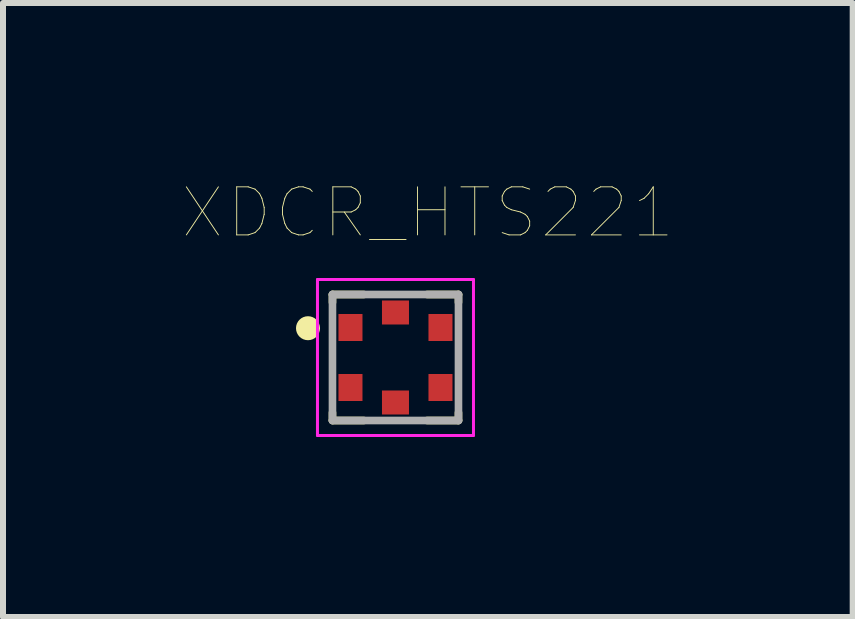
<source format=kicad_pcb>
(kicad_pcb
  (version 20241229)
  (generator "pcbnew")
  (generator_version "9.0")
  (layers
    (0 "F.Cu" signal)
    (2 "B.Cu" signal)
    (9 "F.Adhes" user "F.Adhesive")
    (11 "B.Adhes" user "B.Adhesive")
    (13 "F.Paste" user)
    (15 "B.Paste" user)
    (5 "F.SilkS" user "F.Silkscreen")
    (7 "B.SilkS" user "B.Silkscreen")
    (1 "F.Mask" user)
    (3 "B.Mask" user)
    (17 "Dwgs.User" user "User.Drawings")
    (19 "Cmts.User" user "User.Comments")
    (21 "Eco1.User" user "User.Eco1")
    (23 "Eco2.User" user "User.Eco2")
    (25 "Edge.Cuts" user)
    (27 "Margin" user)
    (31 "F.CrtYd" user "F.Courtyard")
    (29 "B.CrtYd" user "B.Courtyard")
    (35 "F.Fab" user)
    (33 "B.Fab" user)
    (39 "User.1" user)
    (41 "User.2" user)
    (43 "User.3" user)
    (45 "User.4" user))
  (footprint "XDCR_HTS221"
    (layer "F.Cu")
    (at 3.541 2.908)
    (property "Reference" "XDCR_HTS221" (at 0.539 -2.413 0) (layer "F.SilkS") (effects (font (size 0.801 0.801) (thickness 0.015))))
    (attr through_hole)
    (fp_line (start -1.05 -1.05) (end -0.525 -1.05) (stroke (width 0.127) (type solid)) (layer "F.SilkS"))
    (fp_line (start -1.05 -0.919) (end -1.05 -1.05) (stroke (width 0.127) (type solid)) (layer "F.SilkS"))
    (fp_line (start -1.05 0.919) (end -1.05 1.05) (stroke (width 0.127) (type solid)) (layer "F.SilkS"))
    (fp_line (start -1.05 1.05) (end -0.525 1.05) (stroke (width 0.127) (type solid)) (layer "F.SilkS"))
    (fp_line (start 0.525 -1.05) (end 1.05 -1.05) (stroke (width 0.127) (type solid)) (layer "F.SilkS"))
    (fp_line (start 0.525 1.05) (end 1.05 1.05) (stroke (width 0.127) (type solid)) (layer "F.SilkS"))
    (fp_line (start 1.05 -1.05) (end 1.05 -0.919) (stroke (width 0.127) (type solid)) (layer "F.SilkS"))
    (fp_line (start 1.05 1.05) (end 1.05 0.919) (stroke (width 0.127) (type solid)) (layer "F.SilkS"))
    (fp_circle (center -1.458 -0.488) (end -1.358 -0.488) (stroke (width 0.2) (type solid)) (fill no) (layer "F.SilkS"))
    (fp_line (start -1.3 -1.3) (end 1.3 -1.3) (stroke (width 0.05) (type solid)) (layer "F.CrtYd"))
    (fp_line (start -1.3 1.3) (end -1.3 -1.3) (stroke (width 0.05) (type solid)) (layer "F.CrtYd"))
    (fp_line (start 1.3 -1.3) (end 1.3 1.3) (stroke (width 0.05) (type solid)) (layer "F.CrtYd"))
    (fp_line (start 1.3 1.3) (end -1.3 1.3) (stroke (width 0.05) (type solid)) (layer "F.CrtYd"))
    (fp_line (start -1.05 -1.05) (end -1.05 1.05) (stroke (width 0.127) (type solid)) (layer "F.Fab"))
    (fp_line (start -1.05 1.05) (end 1.05 1.05) (stroke (width 0.127) (type solid)) (layer "F.Fab"))
    (fp_line (start 1.05 -1.05) (end -1.05 -1.05) (stroke (width 0.127) (type solid)) (layer "F.Fab"))
    (fp_line (start 1.05 1.05) (end 1.05 -1.05) (stroke (width 0.127) (type solid)) (layer "F.Fab"))
    (pad "1" smd rect (at -0.75 -0.5) (size 0.4 0.45) (layers "F.Cu" "F.Mask" "F.Paste"))
    (pad "2" smd rect (at -0.75 0.5) (size 0.4 0.45) (layers "F.Cu" "F.Mask" "F.Paste"))
    (pad "3" smd rect (at 0 0.75) (size 0.45 0.4) (layers "F.Cu" "F.Mask" "F.Paste"))
    (pad "4" smd rect (at 0.75 0.5) (size 0.4 0.45) (layers "F.Cu" "F.Mask" "F.Paste"))
    (pad "5" smd rect (at 0.75 -0.5) (size 0.4 0.45) (layers "F.Cu" "F.Mask" "F.Paste"))
    (pad "6" smd rect (at 0 -0.75) (size 0.45 0.4) (layers "F.Cu" "F.Mask" "F.Paste")))
  (gr_rect
    (start -3 -3)
    (end 11.161 7.233)
    (stroke (width 0.1) (type default))
    (fill no)
    (layer "Edge.Cuts")))
</source>
